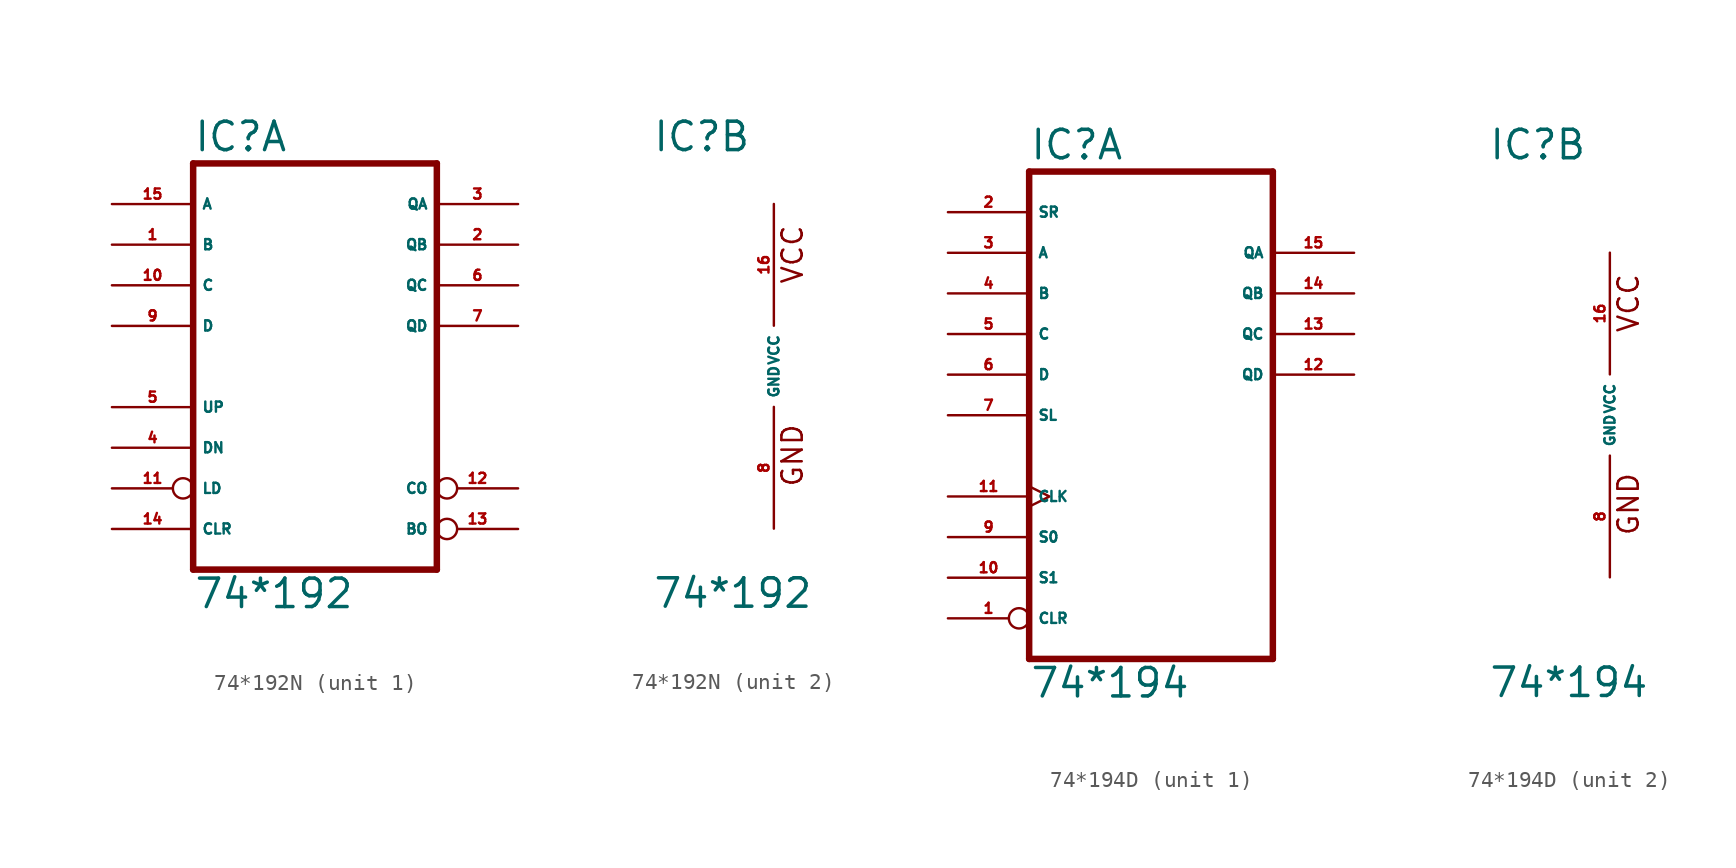
<source format=kicad_sym>
(kicad_symbol_lib
  (version 20220914)
  (generator Eagle2Kicad)
  (symbol "74*192N"
    (property "Reference" "IC"
      (at -7.62 13.335 0)
      (effects (font (size 1.778 1.778) (thickness 0.22)) (justify left bottom)))
    (property "Value" "74*192"
      (at -7.62 -15.24 0)
      (effects (font (size 1.778 1.778) (thickness 0.22)) (justify left bottom)))
    (symbol "74*192N_1_0"
      (polyline (pts (xy -7.62 -12.7) (xy 7.62 -12.7)) (stroke (width 0.406) (type default)) (fill (type none)))
      (polyline (pts (xy 7.62 -12.7) (xy 7.62 12.7)) (stroke (width 0.406) (type default)) (fill (type none)))
      (polyline (pts (xy 7.62 12.7) (xy -7.62 12.7)) (stroke (width 0.406) (type default)) (fill (type none)))
      (polyline (pts (xy -7.62 12.7) (xy -7.62 -12.7)) (stroke (width 0.406) (type default)) (fill (type none)))
      (pin input line (at -12.7 7.62 0) (length 5.08) (name "B" (effects (font (size 0.635 0.635) (thickness 0.08)) (justify left bottom))) (number "1" (effects (font (size 0.635 0.635) (thickness 0.08)) (justify left bottom))))
      (pin output line (at 12.7 7.62 180) (length 5.08) (name "QB" (effects (font (size 0.635 0.635) (thickness 0.08)) (justify left bottom))) (number "2" (effects (font (size 0.635 0.635) (thickness 0.08)) (justify left bottom))))
      (pin output line (at 12.7 10.16 180) (length 5.08) (name "QA" (effects (font (size 0.635 0.635) (thickness 0.08)) (justify left bottom))) (number "3" (effects (font (size 0.635 0.635) (thickness 0.08)) (justify left bottom))))
      (pin input line (at -12.7 -5.08 0) (length 5.08) (name "DN" (effects (font (size 0.635 0.635) (thickness 0.08)) (justify left bottom))) (number "4" (effects (font (size 0.635 0.635) (thickness 0.08)) (justify left bottom))))
      (pin input line (at -12.7 -2.54 0) (length 5.08) (name "UP" (effects (font (size 0.635 0.635) (thickness 0.08)) (justify left bottom))) (number "5" (effects (font (size 0.635 0.635) (thickness 0.08)) (justify left bottom))))
      (pin output line (at 12.7 5.08 180) (length 5.08) (name "QC" (effects (font (size 0.635 0.635) (thickness 0.08)) (justify left bottom))) (number "6" (effects (font (size 0.635 0.635) (thickness 0.08)) (justify left bottom))))
      (pin output line (at 12.7 2.54 180) (length 5.08) (name "QD" (effects (font (size 0.635 0.635) (thickness 0.08)) (justify left bottom))) (number "7" (effects (font (size 0.635 0.635) (thickness 0.08)) (justify left bottom))))
      (pin input line (at -12.7 2.54 0) (length 5.08) (name "D" (effects (font (size 0.635 0.635) (thickness 0.08)) (justify left bottom))) (number "9" (effects (font (size 0.635 0.635) (thickness 0.08)) (justify left bottom))))
      (pin input line (at -12.7 5.08 0) (length 5.08) (name "C" (effects (font (size 0.635 0.635) (thickness 0.08)) (justify left bottom))) (number "10" (effects (font (size 0.635 0.635) (thickness 0.08)) (justify left bottom))))
      (pin input inverted (at -12.7 -7.62 0) (length 5.08) (name "LD" (effects (font (size 0.635 0.635) (thickness 0.08)) (justify left bottom))) (number "11" (effects (font (size 0.635 0.635) (thickness 0.08)) (justify left bottom))))
      (pin output inverted (at 12.7 -7.62 180) (length 5.08) (name "CO" (effects (font (size 0.635 0.635) (thickness 0.08)) (justify left bottom))) (number "12" (effects (font (size 0.635 0.635) (thickness 0.08)) (justify left bottom))))
      (pin output inverted (at 12.7 -10.16 180) (length 5.08) (name "BO" (effects (font (size 0.635 0.635) (thickness 0.08)) (justify left bottom))) (number "13" (effects (font (size 0.635 0.635) (thickness 0.08)) (justify left bottom))))
      (pin input line (at -12.7 -10.16 0) (length 5.08) (name "CLR" (effects (font (size 0.635 0.635) (thickness 0.08)) (justify left bottom))) (number "14" (effects (font (size 0.635 0.635) (thickness 0.08)) (justify left bottom))))
      (pin input line (at -12.7 10.16 0) (length 5.08) (name "A" (effects (font (size 0.635 0.635) (thickness 0.08)) (justify left bottom))) (number "15" (effects (font (size 0.635 0.635) (thickness 0.08)) (justify left bottom)))))
    (symbol "74*192N_2_0"
      (text "GND" (at 1.905 -7.62 900) (effects (font (size 1.27 1.27) (thickness 0.16)) (justify left bottom)))
      (text "VCC" (at 1.905 5.08 900) (effects (font (size 1.27 1.27) (thickness 0.16)) (justify left bottom)))
      (pin unspecified line (at 0 -10.16 90) (length 7.62) (name "GND" (effects (font (size 0.635 0.635) (thickness 0.08)) (justify left bottom))) (number "8" (effects (font (size 0.635 0.635) (thickness 0.08)) (justify left bottom))))
      (pin unspecified line (at 0 10.16 270) (length 7.62) (name "VCC" (effects (font (size 0.635 0.635) (thickness 0.08)) (justify left bottom))) (number "16" (effects (font (size 0.635 0.635) (thickness 0.08)) (justify left bottom))))))
  (symbol "74*194D"
    (property "Reference" "IC"
      (at -7.62 15.875 0)
      (effects (font (size 1.778 1.778) (thickness 0.22)) (justify left bottom)))
    (property "Value" "74*194"
      (at -7.62 -17.78 0)
      (effects (font (size 1.778 1.778) (thickness 0.22)) (justify left bottom)))
    (symbol "74*194D_1_0"
      (polyline (pts (xy -7.62 -15.24) (xy 7.62 -15.24)) (stroke (width 0.406) (type default)) (fill (type none)))
      (polyline (pts (xy 7.62 -15.24) (xy 7.62 15.24)) (stroke (width 0.406) (type default)) (fill (type none)))
      (polyline (pts (xy 7.62 15.24) (xy -7.62 15.24)) (stroke (width 0.406) (type default)) (fill (type none)))
      (polyline (pts (xy -7.62 15.24) (xy -7.62 -15.24)) (stroke (width 0.406) (type default)) (fill (type none)))
      (pin input inverted (at -12.7 -12.7 0) (length 5.08) (name "CLR" (effects (font (size 0.635 0.635) (thickness 0.08)) (justify left bottom))) (number "1" (effects (font (size 0.635 0.635) (thickness 0.08)) (justify left bottom))))
      (pin input line (at -12.7 12.7 0) (length 5.08) (name "SR" (effects (font (size 0.635 0.635) (thickness 0.08)) (justify left bottom))) (number "2" (effects (font (size 0.635 0.635) (thickness 0.08)) (justify left bottom))))
      (pin input line (at -12.7 10.16 0) (length 5.08) (name "A" (effects (font (size 0.635 0.635) (thickness 0.08)) (justify left bottom))) (number "3" (effects (font (size 0.635 0.635) (thickness 0.08)) (justify left bottom))))
      (pin input line (at -12.7 7.62 0) (length 5.08) (name "B" (effects (font (size 0.635 0.635) (thickness 0.08)) (justify left bottom))) (number "4" (effects (font (size 0.635 0.635) (thickness 0.08)) (justify left bottom))))
      (pin input line (at -12.7 5.08 0) (length 5.08) (name "C" (effects (font (size 0.635 0.635) (thickness 0.08)) (justify left bottom))) (number "5" (effects (font (size 0.635 0.635) (thickness 0.08)) (justify left bottom))))
      (pin input line (at -12.7 2.54 0) (length 5.08) (name "D" (effects (font (size 0.635 0.635) (thickness 0.08)) (justify left bottom))) (number "6" (effects (font (size 0.635 0.635) (thickness 0.08)) (justify left bottom))))
      (pin input line (at -12.7 0 0) (length 5.08) (name "SL" (effects (font (size 0.635 0.635) (thickness 0.08)) (justify left bottom))) (number "7" (effects (font (size 0.635 0.635) (thickness 0.08)) (justify left bottom))))
      (pin input line (at -12.7 -7.62 0) (length 5.08) (name "S0" (effects (font (size 0.635 0.635) (thickness 0.08)) (justify left bottom))) (number "9" (effects (font (size 0.635 0.635) (thickness 0.08)) (justify left bottom))))
      (pin input line (at -12.7 -10.16 0) (length 5.08) (name "S1" (effects (font (size 0.635 0.635) (thickness 0.08)) (justify left bottom))) (number "10" (effects (font (size 0.635 0.635) (thickness 0.08)) (justify left bottom))))
      (pin input clock (at -12.7 -5.08 0) (length 5.08) (name "CLK" (effects (font (size 0.635 0.635) (thickness 0.08)) (justify left bottom))) (number "11" (effects (font (size 0.635 0.635) (thickness 0.08)) (justify left bottom))))
      (pin output line (at 12.7 2.54 180) (length 5.08) (name "QD" (effects (font (size 0.635 0.635) (thickness 0.08)) (justify left bottom))) (number "12" (effects (font (size 0.635 0.635) (thickness 0.08)) (justify left bottom))))
      (pin output line (at 12.7 5.08 180) (length 5.08) (name "QC" (effects (font (size 0.635 0.635) (thickness 0.08)) (justify left bottom))) (number "13" (effects (font (size 0.635 0.635) (thickness 0.08)) (justify left bottom))))
      (pin output line (at 12.7 7.62 180) (length 5.08) (name "QB" (effects (font (size 0.635 0.635) (thickness 0.08)) (justify left bottom))) (number "14" (effects (font (size 0.635 0.635) (thickness 0.08)) (justify left bottom))))
      (pin output line (at 12.7 10.16 180) (length 5.08) (name "QA" (effects (font (size 0.635 0.635) (thickness 0.08)) (justify left bottom))) (number "15" (effects (font (size 0.635 0.635) (thickness 0.08)) (justify left bottom)))))
    (symbol "74*194D_2_0"
      (text "GND" (at 1.905 -7.62 900) (effects (font (size 1.27 1.27) (thickness 0.16)) (justify left bottom)))
      (text "VCC" (at 1.905 5.08 900) (effects (font (size 1.27 1.27) (thickness 0.16)) (justify left bottom)))
      (pin unspecified line (at 0 -10.16 90) (length 7.62) (name "GND" (effects (font (size 0.635 0.635) (thickness 0.08)) (justify left bottom))) (number "8" (effects (font (size 0.635 0.635) (thickness 0.08)) (justify left bottom))))
      (pin unspecified line (at 0 10.16 270) (length 7.62) (name "VCC" (effects (font (size 0.635 0.635) (thickness 0.08)) (justify left bottom))) (number "16" (effects (font (size 0.635 0.635) (thickness 0.08)) (justify left bottom)))))))
</source>
